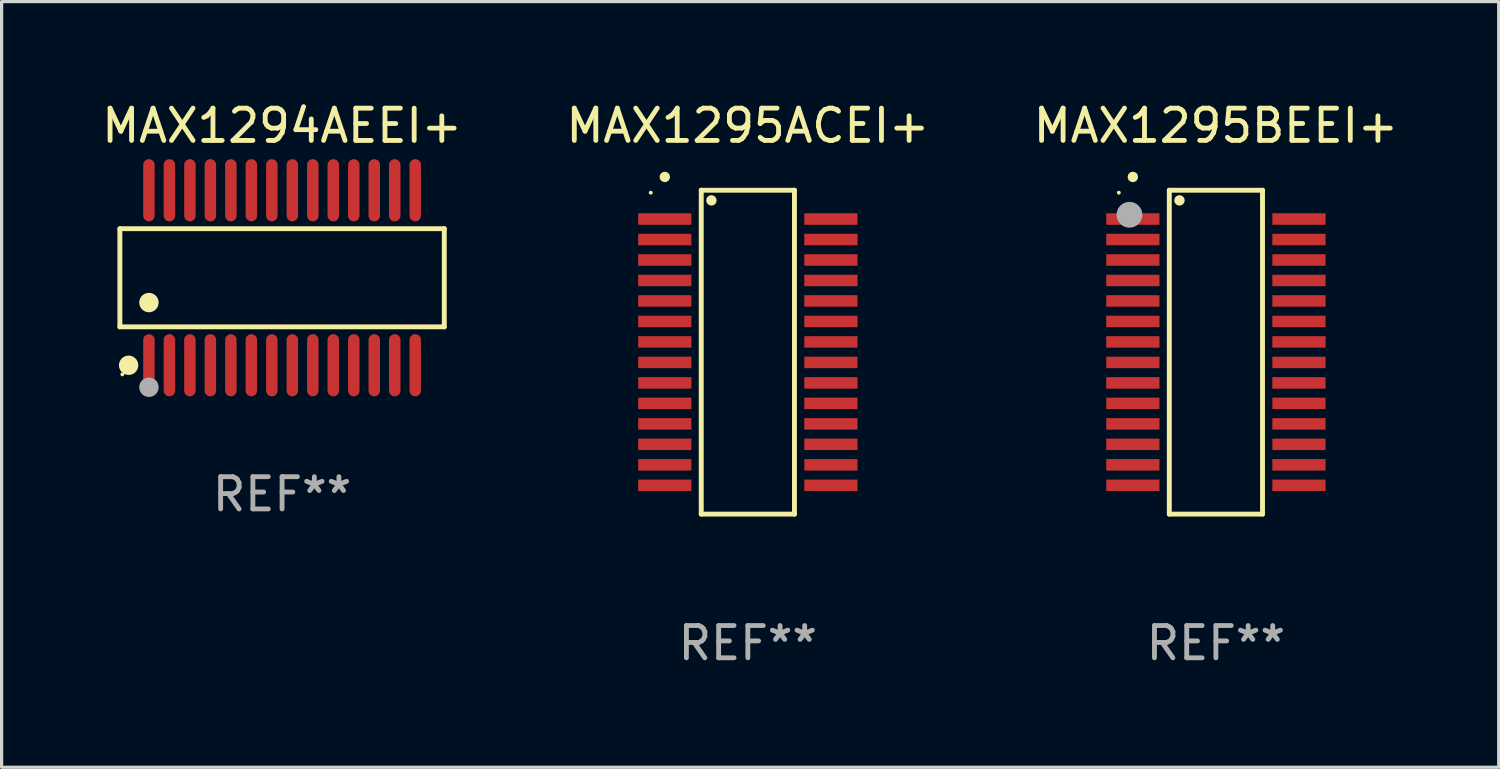
<source format=kicad_pcb>
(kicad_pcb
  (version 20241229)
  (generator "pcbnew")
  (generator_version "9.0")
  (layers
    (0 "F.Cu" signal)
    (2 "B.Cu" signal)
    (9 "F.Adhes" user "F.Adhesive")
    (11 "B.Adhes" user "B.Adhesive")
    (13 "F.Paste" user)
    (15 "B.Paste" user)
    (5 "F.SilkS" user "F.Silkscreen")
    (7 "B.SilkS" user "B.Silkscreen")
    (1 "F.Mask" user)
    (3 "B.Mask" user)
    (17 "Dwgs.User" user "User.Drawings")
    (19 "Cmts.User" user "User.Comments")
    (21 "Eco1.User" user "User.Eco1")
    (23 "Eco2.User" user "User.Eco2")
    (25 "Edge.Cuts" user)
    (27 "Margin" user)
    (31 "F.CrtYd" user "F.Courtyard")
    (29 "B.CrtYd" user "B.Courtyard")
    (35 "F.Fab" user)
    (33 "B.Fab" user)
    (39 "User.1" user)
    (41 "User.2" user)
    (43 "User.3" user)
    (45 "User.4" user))
  (footprint "MAX1295BEEI+"
    (layer "F.Cu")
    (at 34.649 7.869)
    (property "Reference" "MAX1295BEEI+" (at 0 -7.021 0) (layer "F.SilkS") (effects (font (size 1 1) (thickness 0.15))))
    (attr through_hole)
    (fp_line (start -1.445 -5.021) (end 1.445 -5.021) (stroke (width 0.152) (type solid)) (layer "F.SilkS"))
    (fp_line (start -1.445 5.021) (end -1.445 -5.021) (stroke (width 0.152) (type solid)) (layer "F.SilkS"))
    (fp_line (start 1.445 -5.021) (end 1.445 5.021) (stroke (width 0.152) (type solid)) (layer "F.SilkS"))
    (fp_line (start 1.445 5.021) (end -1.445 5.021) (stroke (width 0.152) (type solid)) (layer "F.SilkS"))
    (fp_circle (center -3.01 -4.945) (end -2.98 -4.945) (stroke (width 0.06) (type solid)) (fill no) (layer "F.SilkS"))
    (fp_circle (center -2.575 -5.433) (end -2.494 -5.433) (stroke (width 0.162) (type solid)) (fill no) (layer "F.SilkS"))
    (fp_circle (center -1.13 -4.706) (end -1.049 -4.706) (stroke (width 0.162) (type solid)) (fill no) (layer "F.SilkS"))
    (fp_circle (center -2.68 -4.26) (end -2.48 -4.26) (stroke (width 0.4) (type solid)) (fill no) (layer "F.Fab"))
    (fp_text user "REF**" (at 0 9.021 0) (layer "F.Fab") (effects (font (size 1 1) (thickness 0.15))))
    (pad "1" smd rect (at -2.575 -4.128) (size 1.65 0.356) (layers "F.Cu" "F.Mask" "F.Paste"))
    (pad "2" smd rect (at -2.575 -3.493) (size 1.65 0.356) (layers "F.Cu" "F.Mask" "F.Paste"))
    (pad "3" smd rect (at -2.575 -2.858) (size 1.65 0.356) (layers "F.Cu" "F.Mask" "F.Paste"))
    (pad "4" smd rect (at -2.575 -2.223) (size 1.65 0.356) (layers "F.Cu" "F.Mask" "F.Paste"))
    (pad "5" smd rect (at -2.575 -1.588) (size 1.65 0.356) (layers "F.Cu" "F.Mask" "F.Paste"))
    (pad "6" smd rect (at -2.575 -0.953) (size 1.65 0.356) (layers "F.Cu" "F.Mask" "F.Paste"))
    (pad "7" smd rect (at -2.575 -0.318) (size 1.65 0.356) (layers "F.Cu" "F.Mask" "F.Paste"))
    (pad "8" smd rect (at -2.575 0.318) (size 1.65 0.356) (layers "F.Cu" "F.Mask" "F.Paste"))
    (pad "9" smd rect (at -2.575 0.953) (size 1.65 0.356) (layers "F.Cu" "F.Mask" "F.Paste"))
    (pad "10" smd rect (at -2.575 1.588) (size 1.65 0.356) (layers "F.Cu" "F.Mask" "F.Paste"))
    (pad "11" smd rect (at -2.575 2.223) (size 1.65 0.356) (layers "F.Cu" "F.Mask" "F.Paste"))
    (pad "12" smd rect (at -2.575 2.858) (size 1.65 0.356) (layers "F.Cu" "F.Mask" "F.Paste"))
    (pad "13" smd rect (at -2.575 3.493) (size 1.65 0.356) (layers "F.Cu" "F.Mask" "F.Paste"))
    (pad "14" smd rect (at -2.575 4.128) (size 1.65 0.356) (layers "F.Cu" "F.Mask" "F.Paste"))
    (pad "15" smd rect (at 2.575 4.128) (size 1.65 0.356) (layers "F.Cu" "F.Mask" "F.Paste"))
    (pad "16" smd rect (at 2.575 3.493) (size 1.65 0.356) (layers "F.Cu" "F.Mask" "F.Paste"))
    (pad "17" smd rect (at 2.575 2.858) (size 1.65 0.356) (layers "F.Cu" "F.Mask" "F.Paste"))
    (pad "18" smd rect (at 2.575 2.223) (size 1.65 0.356) (layers "F.Cu" "F.Mask" "F.Paste"))
    (pad "19" smd rect (at 2.575 1.588) (size 1.65 0.356) (layers "F.Cu" "F.Mask" "F.Paste"))
    (pad "20" smd rect (at 2.575 0.953) (size 1.65 0.356) (layers "F.Cu" "F.Mask" "F.Paste"))
    (pad "21" smd rect (at 2.575 0.318) (size 1.65 0.356) (layers "F.Cu" "F.Mask" "F.Paste"))
    (pad "22" smd rect (at 2.575 -0.318) (size 1.65 0.356) (layers "F.Cu" "F.Mask" "F.Paste"))
    (pad "23" smd rect (at 2.575 -0.953) (size 1.65 0.356) (layers "F.Cu" "F.Mask" "F.Paste"))
    (pad "24" smd rect (at 2.575 -1.588) (size 1.65 0.356) (layers "F.Cu" "F.Mask" "F.Paste"))
    (pad "25" smd rect (at 2.575 -2.223) (size 1.65 0.356) (layers "F.Cu" "F.Mask" "F.Paste"))
    (pad "26" smd rect (at 2.575 -2.858) (size 1.65 0.356) (layers "F.Cu" "F.Mask" "F.Paste"))
    (pad "27" smd rect (at 2.575 -3.493) (size 1.65 0.356) (layers "F.Cu" "F.Mask" "F.Paste"))
    (pad "28" smd rect (at 2.575 -4.128) (size 1.65 0.356) (layers "F.Cu" "F.Mask" "F.Paste")))
  (footprint "MAX1294AEEI+"
    (layer "F.Cu")
    (at 5.696 5.562)
    (property "Reference" "MAX1294AEEI+" (at 0 -4.713 0) (layer "F.SilkS") (effects (font (size 1 1) (thickness 0.15))))
    (attr through_hole)
    (fp_line (start -5.029 -1.521) (end 5.029 -1.521) (stroke (width 0.152) (type solid)) (layer "F.SilkS"))
    (fp_line (start -5.029 1.521) (end -5.029 -1.521) (stroke (width 0.152) (type solid)) (layer "F.SilkS"))
    (fp_line (start 5.029 -1.521) (end 5.029 1.521) (stroke (width 0.152) (type solid)) (layer "F.SilkS"))
    (fp_line (start 5.029 1.521) (end -5.029 1.521) (stroke (width 0.152) (type solid)) (layer "F.SilkS"))
    (fp_circle (center -4.953 2.995) (end -4.923 2.995) (stroke (width 0.06) (type solid)) (fill no) (layer "F.SilkS"))
    (fp_circle (center -4.758 2.713) (end -4.608 2.713) (stroke (width 0.3) (type solid)) (fill no) (layer "F.SilkS"))
    (fp_circle (center -4.128 0.769) (end -3.977 0.769) (stroke (width 0.3) (type solid)) (fill no) (layer "F.SilkS"))
    (fp_circle (center -4.128 3.395) (end -3.977 3.395) (stroke (width 0.3) (type solid)) (fill no) (layer "F.Fab"))
    (fp_text user "REF**" (at 0 6.713 0) (layer "F.Fab") (effects (font (size 1 1) (thickness 0.15))))
    (pad "1" smd oval (at -4.128 2.713) (size 0.356 1.927) (layers "F.Cu" "F.Mask" "F.Paste"))
    (pad "2" smd oval (at -3.493 2.713) (size 0.356 1.927) (layers "F.Cu" "F.Mask" "F.Paste"))
    (pad "3" smd oval (at -2.858 2.713) (size 0.356 1.927) (layers "F.Cu" "F.Mask" "F.Paste"))
    (pad "4" smd oval (at -2.223 2.713) (size 0.356 1.927) (layers "F.Cu" "F.Mask" "F.Paste"))
    (pad "5" smd oval (at -1.588 2.713) (size 0.356 1.927) (layers "F.Cu" "F.Mask" "F.Paste"))
    (pad "6" smd oval (at -0.953 2.713) (size 0.356 1.927) (layers "F.Cu" "F.Mask" "F.Paste"))
    (pad "7" smd oval (at -0.318 2.713) (size 0.356 1.927) (layers "F.Cu" "F.Mask" "F.Paste"))
    (pad "8" smd oval (at 0.318 2.713) (size 0.356 1.927) (layers "F.Cu" "F.Mask" "F.Paste"))
    (pad "9" smd oval (at 0.953 2.713) (size 0.356 1.927) (layers "F.Cu" "F.Mask" "F.Paste"))
    (pad "10" smd oval (at 1.588 2.713) (size 0.356 1.927) (layers "F.Cu" "F.Mask" "F.Paste"))
    (pad "11" smd oval (at 2.223 2.713) (size 0.356 1.927) (layers "F.Cu" "F.Mask" "F.Paste"))
    (pad "12" smd oval (at 2.858 2.713) (size 0.356 1.927) (layers "F.Cu" "F.Mask" "F.Paste"))
    (pad "13" smd oval (at 3.493 2.713) (size 0.356 1.927) (layers "F.Cu" "F.Mask" "F.Paste"))
    (pad "14" smd oval (at 4.128 2.713) (size 0.356 1.927) (layers "F.Cu" "F.Mask" "F.Paste"))
    (pad "15" smd oval (at 4.128 -2.713) (size 0.356 1.927) (layers "F.Cu" "F.Mask" "F.Paste"))
    (pad "16" smd oval (at 3.493 -2.713) (size 0.356 1.927) (layers "F.Cu" "F.Mask" "F.Paste"))
    (pad "17" smd oval (at 2.858 -2.713) (size 0.356 1.927) (layers "F.Cu" "F.Mask" "F.Paste"))
    (pad "18" smd oval (at 2.223 -2.713) (size 0.356 1.927) (layers "F.Cu" "F.Mask" "F.Paste"))
    (pad "19" smd oval (at 1.588 -2.713) (size 0.356 1.927) (layers "F.Cu" "F.Mask" "F.Paste"))
    (pad "20" smd oval (at 0.953 -2.713) (size 0.356 1.927) (layers "F.Cu" "F.Mask" "F.Paste"))
    (pad "21" smd oval (at 0.318 -2.713) (size 0.356 1.927) (layers "F.Cu" "F.Mask" "F.Paste"))
    (pad "22" smd oval (at -0.318 -2.713) (size 0.356 1.927) (layers "F.Cu" "F.Mask" "F.Paste"))
    (pad "23" smd oval (at -0.953 -2.713) (size 0.356 1.927) (layers "F.Cu" "F.Mask" "F.Paste"))
    (pad "24" smd oval (at -1.588 -2.713) (size 0.356 1.927) (layers "F.Cu" "F.Mask" "F.Paste"))
    (pad "25" smd oval (at -2.223 -2.713) (size 0.356 1.927) (layers "F.Cu" "F.Mask" "F.Paste"))
    (pad "26" smd oval (at -2.858 -2.713) (size 0.356 1.927) (layers "F.Cu" "F.Mask" "F.Paste"))
    (pad "27" smd oval (at -3.493 -2.713) (size 0.356 1.927) (layers "F.Cu" "F.Mask" "F.Paste"))
    (pad "28" smd oval (at -4.128 -2.713) (size 0.356 1.927) (layers "F.Cu" "F.Mask" "F.Paste")))
  (footprint "MAX1295ACEI+"
    (layer "F.Cu")
    (at 20.137 7.869)
    (property "Reference" "MAX1295ACEI+" (at 0 -7.021 0) (layer "F.SilkS") (effects (font (size 1 1) (thickness 0.15))))
    (attr through_hole)
    (fp_line (start -1.445 -5.021) (end 1.445 -5.021) (stroke (width 0.152) (type solid)) (layer "F.SilkS"))
    (fp_line (start -1.445 5.021) (end -1.445 -5.021) (stroke (width 0.152) (type solid)) (layer "F.SilkS"))
    (fp_line (start 1.445 -5.021) (end 1.445 5.021) (stroke (width 0.152) (type solid)) (layer "F.SilkS"))
    (fp_line (start 1.445 5.021) (end -1.445 5.021) (stroke (width 0.152) (type solid)) (layer "F.SilkS"))
    (fp_circle (center -3.01 -4.945) (end -2.98 -4.945) (stroke (width 0.06) (type solid)) (fill no) (layer "F.SilkS"))
    (fp_circle (center -2.575 -5.433) (end -2.494 -5.433) (stroke (width 0.162) (type solid)) (fill no) (layer "F.SilkS"))
    (fp_circle (center -1.13 -4.706) (end -1.049 -4.706) (stroke (width 0.162) (type solid)) (fill no) (layer "F.SilkS"))
    (fp_text user "REF**" (at 0 9.021 0) (layer "F.Fab") (effects (font (size 1 1) (thickness 0.15))))
    (pad "1" smd rect (at -2.575 -4.128) (size 1.65 0.356) (layers "F.Cu" "F.Mask" "F.Paste"))
    (pad "2" smd rect (at -2.575 -3.493) (size 1.65 0.356) (layers "F.Cu" "F.Mask" "F.Paste"))
    (pad "3" smd rect (at -2.575 -2.858) (size 1.65 0.356) (layers "F.Cu" "F.Mask" "F.Paste"))
    (pad "4" smd rect (at -2.575 -2.223) (size 1.65 0.356) (layers "F.Cu" "F.Mask" "F.Paste"))
    (pad "5" smd rect (at -2.575 -1.588) (size 1.65 0.356) (layers "F.Cu" "F.Mask" "F.Paste"))
    (pad "6" smd rect (at -2.575 -0.953) (size 1.65 0.356) (layers "F.Cu" "F.Mask" "F.Paste"))
    (pad "7" smd rect (at -2.575 -0.318) (size 1.65 0.356) (layers "F.Cu" "F.Mask" "F.Paste"))
    (pad "8" smd rect (at -2.575 0.318) (size 1.65 0.356) (layers "F.Cu" "F.Mask" "F.Paste"))
    (pad "9" smd rect (at -2.575 0.953) (size 1.65 0.356) (layers "F.Cu" "F.Mask" "F.Paste"))
    (pad "10" smd rect (at -2.575 1.588) (size 1.65 0.356) (layers "F.Cu" "F.Mask" "F.Paste"))
    (pad "11" smd rect (at -2.575 2.223) (size 1.65 0.356) (layers "F.Cu" "F.Mask" "F.Paste"))
    (pad "12" smd rect (at -2.575 2.858) (size 1.65 0.356) (layers "F.Cu" "F.Mask" "F.Paste"))
    (pad "13" smd rect (at -2.575 3.493) (size 1.65 0.356) (layers "F.Cu" "F.Mask" "F.Paste"))
    (pad "14" smd rect (at -2.575 4.128) (size 1.65 0.356) (layers "F.Cu" "F.Mask" "F.Paste"))
    (pad "15" smd rect (at 2.575 4.128) (size 1.65 0.356) (layers "F.Cu" "F.Mask" "F.Paste"))
    (pad "16" smd rect (at 2.575 3.493) (size 1.65 0.356) (layers "F.Cu" "F.Mask" "F.Paste"))
    (pad "17" smd rect (at 2.575 2.858) (size 1.65 0.356) (layers "F.Cu" "F.Mask" "F.Paste"))
    (pad "18" smd rect (at 2.575 2.223) (size 1.65 0.356) (layers "F.Cu" "F.Mask" "F.Paste"))
    (pad "19" smd rect (at 2.575 1.588) (size 1.65 0.356) (layers "F.Cu" "F.Mask" "F.Paste"))
    (pad "20" smd rect (at 2.575 0.953) (size 1.65 0.356) (layers "F.Cu" "F.Mask" "F.Paste"))
    (pad "21" smd rect (at 2.575 0.318) (size 1.65 0.356) (layers "F.Cu" "F.Mask" "F.Paste"))
    (pad "22" smd rect (at 2.575 -0.318) (size 1.65 0.356) (layers "F.Cu" "F.Mask" "F.Paste"))
    (pad "23" smd rect (at 2.575 -0.953) (size 1.65 0.356) (layers "F.Cu" "F.Mask" "F.Paste"))
    (pad "24" smd rect (at 2.575 -1.588) (size 1.65 0.356) (layers "F.Cu" "F.Mask" "F.Paste"))
    (pad "25" smd rect (at 2.575 -2.223) (size 1.65 0.356) (layers "F.Cu" "F.Mask" "F.Paste"))
    (pad "26" smd rect (at 2.575 -2.858) (size 1.65 0.356) (layers "F.Cu" "F.Mask" "F.Paste"))
    (pad "27" smd rect (at 2.575 -3.493) (size 1.65 0.356) (layers "F.Cu" "F.Mask" "F.Paste"))
    (pad "28" smd rect (at 2.575 -4.128) (size 1.65 0.356) (layers "F.Cu" "F.Mask" "F.Paste")))
  (gr_rect
    (start -3 -3)
    (end 43.417 20.739)
    (stroke (width 0.1) (type default))
    (fill no)
    (layer "Edge.Cuts")))
</source>
